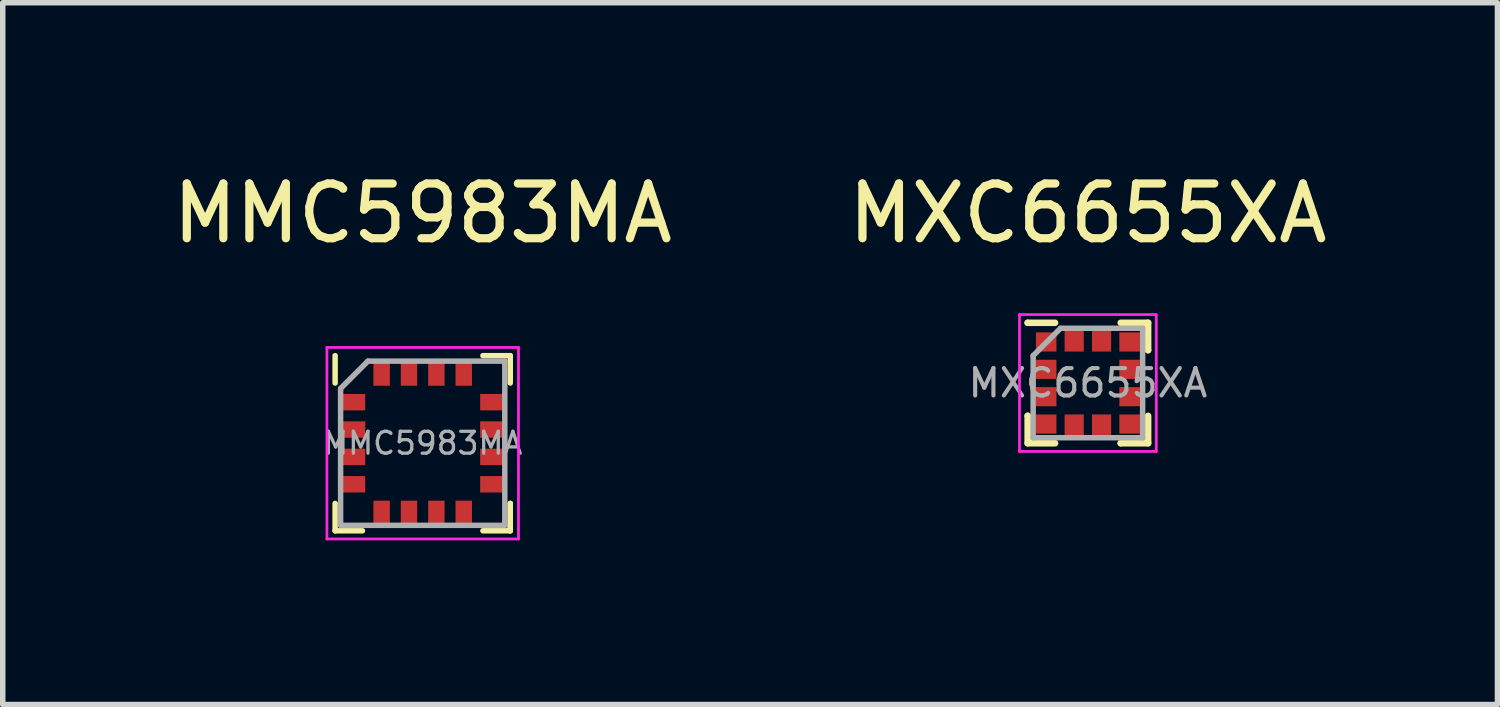
<source format=kicad_pcb>
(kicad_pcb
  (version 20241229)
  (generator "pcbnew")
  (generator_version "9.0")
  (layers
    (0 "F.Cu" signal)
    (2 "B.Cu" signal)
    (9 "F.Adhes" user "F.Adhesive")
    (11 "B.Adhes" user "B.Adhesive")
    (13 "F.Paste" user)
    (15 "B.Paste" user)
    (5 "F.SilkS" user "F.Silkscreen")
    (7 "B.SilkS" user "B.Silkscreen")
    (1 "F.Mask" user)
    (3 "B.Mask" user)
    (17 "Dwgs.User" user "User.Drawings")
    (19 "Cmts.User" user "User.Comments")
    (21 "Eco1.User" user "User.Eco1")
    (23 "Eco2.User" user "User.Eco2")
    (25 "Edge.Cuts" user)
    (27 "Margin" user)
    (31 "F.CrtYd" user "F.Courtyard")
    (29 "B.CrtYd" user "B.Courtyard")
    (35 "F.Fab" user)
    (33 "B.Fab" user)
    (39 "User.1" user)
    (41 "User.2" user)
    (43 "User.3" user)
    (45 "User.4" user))
  (footprint "MMC5983MA"
    (layer "F.Cu")
    (at 4.673 5.048)
    (property "Reference" "MMC5983MA" (at 0 -4.2 0) (layer "F.SilkS") (effects (font (size 1 1) (thickness 0.15))))
    (attr smd)
    (fp_line (start -1.6 -1.6) (end -1.6 -1.1) (stroke (width 0.1) (type solid)) (layer "F.SilkS"))
    (fp_line (start -1.6 1.6) (end -1.6 1.1) (stroke (width 0.1) (type solid)) (layer "F.SilkS"))
    (fp_line (start -1.6 1.6) (end -1.1 1.6) (stroke (width 0.1) (type solid)) (layer "F.SilkS"))
    (fp_line (start 1.1 -1.6) (end 1.6 -1.6) (stroke (width 0.1) (type solid)) (layer "F.SilkS"))
    (fp_line (start 1.6 -1.6) (end 1.6 -1.1) (stroke (width 0.1) (type solid)) (layer "F.SilkS"))
    (fp_line (start 1.6 1.1) (end 1.6 1.6) (stroke (width 0.1) (type solid)) (layer "F.SilkS"))
    (fp_line (start 1.6 1.6) (end 1.1 1.6) (stroke (width 0.1) (type solid)) (layer "F.SilkS"))
    (fp_line (start 1.6 1.6) (end 1.6 1.1) (stroke (width 0.1) (type solid)) (layer "F.SilkS"))
    (fp_line (start -1.75 -1.75) (end 1.75 -1.75) (stroke (width 0.05) (type solid)) (layer "F.CrtYd"))
    (fp_line (start -1.75 1.75) (end -1.75 -1.75) (stroke (width 0.05) (type solid)) (layer "F.CrtYd"))
    (fp_line (start 1.75 -1.75) (end 1.75 1.75) (stroke (width 0.05) (type solid)) (layer "F.CrtYd"))
    (fp_line (start 1.75 1.75) (end -1.75 1.75) (stroke (width 0.05) (type solid)) (layer "F.CrtYd"))
    (fp_line (start -1.5 -1) (end -1 -1.5) (stroke (width 0.1) (type solid)) (layer "F.Fab"))
    (fp_line (start -1.5 1.5) (end -1.5 -1) (stroke (width 0.1) (type solid)) (layer "F.Fab"))
    (fp_line (start -1 -1.5) (end 1.5 -1.5) (stroke (width 0.1) (type solid)) (layer "F.Fab"))
    (fp_line (start 1.5 -1.5) (end 1.5 1.5) (stroke (width 0.1) (type solid)) (layer "F.Fab"))
    (fp_line (start 1.5 1.5) (end -1.5 1.5) (stroke (width 0.1) (type solid)) (layer "F.Fab"))
    (fp_text user "${REFERENCE}" (at 0 0 180) (layer "F.Fab") (effects (font (size 0.4 0.4) (thickness 0.06))))
    (pad "1" smd rect (at -1.275 -0.75 90) (size 0.3 0.45) (layers "F.Cu" "F.Mask" "F.Paste"))
    (pad "2" smd rect (at -1.275 -0.25 90) (size 0.3 0.45) (layers "F.Cu" "F.Mask" "F.Paste"))
    (pad "3" smd rect (at -1.275 0.25 90) (size 0.3 0.45) (layers "F.Cu" "F.Mask" "F.Paste"))
    (pad "4" smd rect (at -1.275 0.75 90) (size 0.3 0.45) (layers "F.Cu" "F.Mask" "F.Paste"))
    (pad "5" smd rect (at -0.75 1.275) (size 0.3 0.45) (layers "F.Cu" "F.Mask" "F.Paste"))
    (pad "6" smd rect (at -0.25 1.275) (size 0.3 0.45) (layers "F.Cu" "F.Mask" "F.Paste"))
    (pad "7" smd rect (at 0.25 1.275) (size 0.3 0.45) (layers "F.Cu" "F.Mask" "F.Paste"))
    (pad "8" smd rect (at 0.75 1.275) (size 0.3 0.45) (layers "F.Cu" "F.Mask" "F.Paste"))
    (pad "9" smd rect (at 1.275 0.75 90) (size 0.3 0.45) (layers "F.Cu" "F.Mask" "F.Paste"))
    (pad "10" smd rect (at 1.275 0.25 90) (size 0.3 0.45) (layers "F.Cu" "F.Mask" "F.Paste"))
    (pad "11" smd rect (at 1.275 -0.25 90) (size 0.3 0.45) (layers "F.Cu" "F.Mask" "F.Paste"))
    (pad "12" smd rect (at 1.275 -0.75 90) (size 0.3 0.45) (layers "F.Cu" "F.Mask" "F.Paste"))
    (pad "13" smd rect (at 0.75 -1.275) (size 0.3 0.45) (layers "F.Cu" "F.Mask" "F.Paste"))
    (pad "14" smd rect (at 0.25 -1.275) (size 0.3 0.45) (layers "F.Cu" "F.Mask" "F.Paste"))
    (pad "15" smd rect (at -0.25 -1.275) (size 0.3 0.45) (layers "F.Cu" "F.Mask" "F.Paste"))
    (pad "16" smd rect (at -0.75 -1.275) (size 0.3 0.45) (layers "F.Cu" "F.Mask" "F.Paste")))
  (footprint "MXC6655XA"
    (layer "F.Cu")
    (at 16.827 3.948)
    (property "Reference" "MXC6655XA" (at 0 -3.1 0) (layer "F.SilkS") (effects (font (size 1 1) (thickness 0.15))))
    (attr smd)
    (fp_line (start -1.1 -1.1) (end -1.1 -1.1) (stroke (width 0.12) (type solid)) (layer "F.SilkS"))
    (fp_line (start -1.1 0.6) (end -1.1 0.6) (stroke (width 0.12) (type solid)) (layer "F.SilkS"))
    (fp_line (start -1.1 1.1) (end -1.1 0.6) (stroke (width 0.12) (type solid)) (layer "F.SilkS"))
    (fp_line (start -0.6 -1.1) (end -1.1 -1.1) (stroke (width 0.12) (type solid)) (layer "F.SilkS"))
    (fp_line (start -0.6 1.1) (end -1.1 1.1) (stroke (width 0.12) (type solid)) (layer "F.SilkS"))
    (fp_line (start 0.6 -1.1) (end 1.1 -1.1) (stroke (width 0.12) (type solid)) (layer "F.SilkS"))
    (fp_line (start 0.6 1.1) (end 0.6 1.1) (stroke (width 0.12) (type solid)) (layer "F.SilkS"))
    (fp_line (start 1.1 -1.1) (end 1.1 -0.6) (stroke (width 0.12) (type solid)) (layer "F.SilkS"))
    (fp_line (start 1.1 -0.6) (end 1.1 -0.6) (stroke (width 0.12) (type solid)) (layer "F.SilkS"))
    (fp_line (start 1.1 0.6) (end 1.1 1.1) (stroke (width 0.12) (type solid)) (layer "F.SilkS"))
    (fp_line (start 1.1 1.1) (end 0.6 1.1) (stroke (width 0.12) (type solid)) (layer "F.SilkS"))
    (fp_line (start -1.25 -1.25) (end 1.25 -1.25) (stroke (width 0.05) (type solid)) (layer "F.CrtYd"))
    (fp_line (start -1.25 1.25) (end -1.25 -1.25) (stroke (width 0.05) (type solid)) (layer "F.CrtYd"))
    (fp_line (start 1.25 -1.25) (end 1.25 1.25) (stroke (width 0.05) (type solid)) (layer "F.CrtYd"))
    (fp_line (start 1.25 1.25) (end -1.25 1.25) (stroke (width 0.05) (type solid)) (layer "F.CrtYd"))
    (fp_line (start -1 -0.5) (end -0.5 -1) (stroke (width 0.1) (type solid)) (layer "F.Fab"))
    (fp_line (start -1 1) (end -1 -0.5) (stroke (width 0.1) (type solid)) (layer "F.Fab"))
    (fp_line (start -0.5 -1) (end 1 -1) (stroke (width 0.1) (type solid)) (layer "F.Fab"))
    (fp_line (start 1 -1) (end 1 1) (stroke (width 0.1) (type solid)) (layer "F.Fab"))
    (fp_line (start 1 1) (end -1 1) (stroke (width 0.1) (type solid)) (layer "F.Fab"))
    (fp_text user "${REFERENCE}" (at 0 0 0) (layer "F.Fab") (effects (font (size 0.5 0.5) (thickness 0.075))))
    (pad "1" smd rect (at -0.762 -0.75) (size 0.375 0.35) (layers "F.Cu" "F.Mask" "F.Paste"))
    (pad "2" smd rect (at -0.762 -0.25) (size 0.375 0.35) (layers "F.Cu" "F.Mask" "F.Paste"))
    (pad "3" smd rect (at -0.762 0.25) (size 0.375 0.35) (layers "F.Cu" "F.Mask" "F.Paste"))
    (pad "4" smd rect (at -0.762 0.75) (size 0.375 0.35) (layers "F.Cu" "F.Mask" "F.Paste"))
    (pad "5" smd rect (at -0.25 0.762 90) (size 0.375 0.35) (layers "F.Cu" "F.Mask" "F.Paste"))
    (pad "6" smd rect (at 0.25 0.762 90) (size 0.375 0.35) (layers "F.Cu" "F.Mask" "F.Paste"))
    (pad "7" smd rect (at 0.762 0.75) (size 0.375 0.35) (layers "F.Cu" "F.Mask" "F.Paste"))
    (pad "8" smd rect (at 0.762 0.25) (size 0.375 0.35) (layers "F.Cu" "F.Mask" "F.Paste"))
    (pad "9" smd rect (at 0.762 -0.25) (size 0.375 0.35) (layers "F.Cu" "F.Mask" "F.Paste"))
    (pad "10" smd rect (at 0.762 -0.75) (size 0.375 0.35) (layers "F.Cu" "F.Mask" "F.Paste"))
    (pad "11" smd rect (at 0.25 -0.762 90) (size 0.375 0.35) (layers "F.Cu" "F.Mask" "F.Paste"))
    (pad "12" smd rect (at -0.25 -0.762 90) (size 0.375 0.35) (layers "F.Cu" "F.Mask" "F.Paste")))
  (gr_rect
    (start -3 -3)
    (end 24.31 9.823)
    (stroke (width 0.1) (type default))
    (fill no)
    (layer "Edge.Cuts")))
</source>
